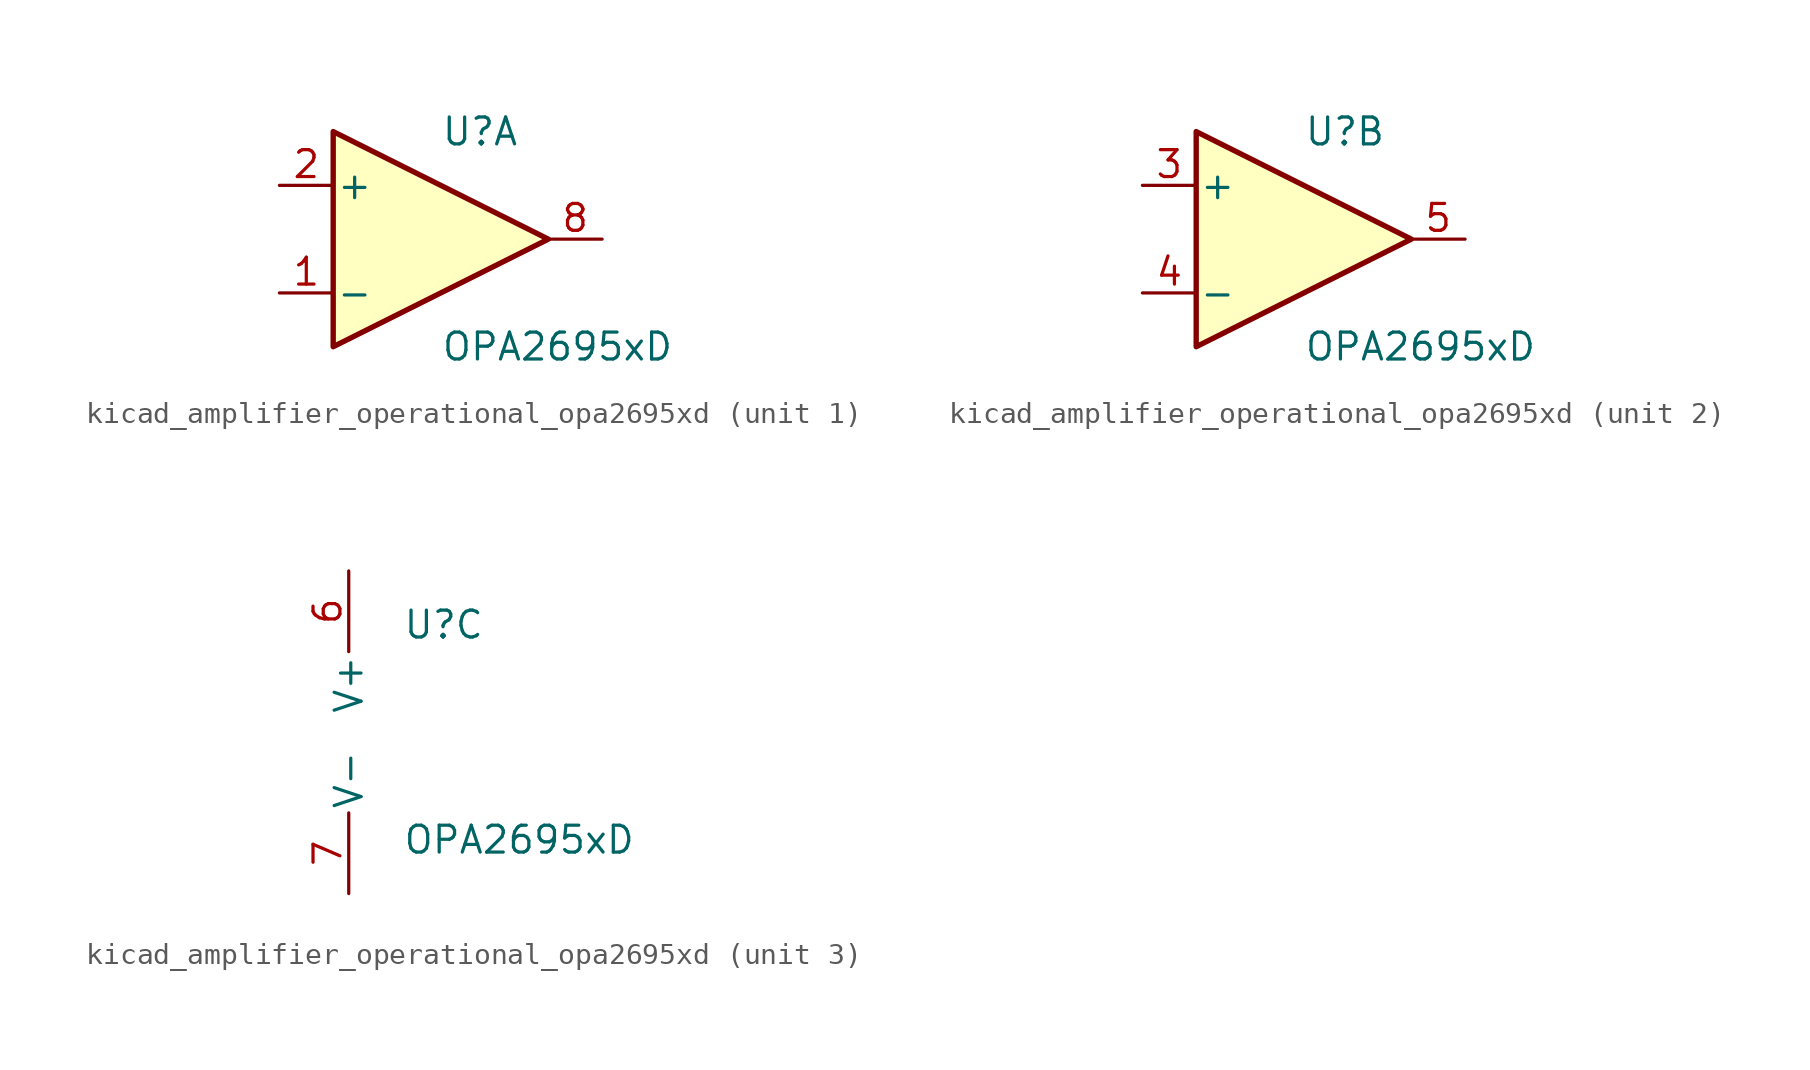
<source format=kicad_sym>
(kicad_symbol_lib
  (version 20220914)
  (generator kicad_symbol_editor)
  (symbol "kicad_amplifier_operational_opa2695xd"
    (pin_names
      (offset 0.127))
    (property "Reference" "U"
      (at 0 5.08 0)
      (effects (font (size 1.27 1.27)) (justify left)))
    (property "Value" "OPA2695xD"
      (at 0 -5.08 0)
      (effects (font (size 1.27 1.27)) (justify left)))
    (property "ki_locked" ""
      (at 0 0 0)
      (effects (font (size 1.27 1.27))))
    (symbol "kicad_amplifier_operational_opa2695xd_1_1"
      (polyline (pts (xy -5.08 5.08) (xy 5.08 0) (xy -5.08 -5.08) (xy -5.08 5.08)) (stroke (width 0.254) (type default)) (fill (type background)))
      (pin input line (at -7.62 -2.54 0) (length 2.54) (name "-" (effects (font (size 1.27 1.27)))) (number "1" (effects (font (size 1.27 1.27)))))
      (pin input line (at -7.62 2.54 0) (length 2.54) (name "+" (effects (font (size 1.27 1.27)))) (number "2" (effects (font (size 1.27 1.27)))))
      (pin output line (at 7.62 0 180) (length 2.54) (name "~" (effects (font (size 1.27 1.27)))) (number "8" (effects (font (size 1.27 1.27))))))
    (symbol "kicad_amplifier_operational_opa2695xd_2_1"
      (polyline (pts (xy -5.08 5.08) (xy 5.08 0) (xy -5.08 -5.08) (xy -5.08 5.08)) (stroke (width 0.254) (type default)) (fill (type background)))
      (pin input line (at -7.62 2.54 0) (length 2.54) (name "+" (effects (font (size 1.27 1.27)))) (number "3" (effects (font (size 1.27 1.27)))))
      (pin input line (at -7.62 -2.54 0) (length 2.54) (name "-" (effects (font (size 1.27 1.27)))) (number "4" (effects (font (size 1.27 1.27)))))
      (pin output line (at 7.62 0 180) (length 2.54) (name "~" (effects (font (size 1.27 1.27)))) (number "5" (effects (font (size 1.27 1.27))))))
    (symbol "kicad_amplifier_operational_opa2695xd_3_1"
      (pin power_in line (at -2.54 7.62 270) (length 3.81) (name "V+" (effects (font (size 1.27 1.27)))) (number "6" (effects (font (size 1.27 1.27)))))
      (pin power_in line (at -2.54 -7.62 90) (length 3.81) (name "V-" (effects (font (size 1.27 1.27)))) (number "7" (effects (font (size 1.27 1.27))))))))
</source>
